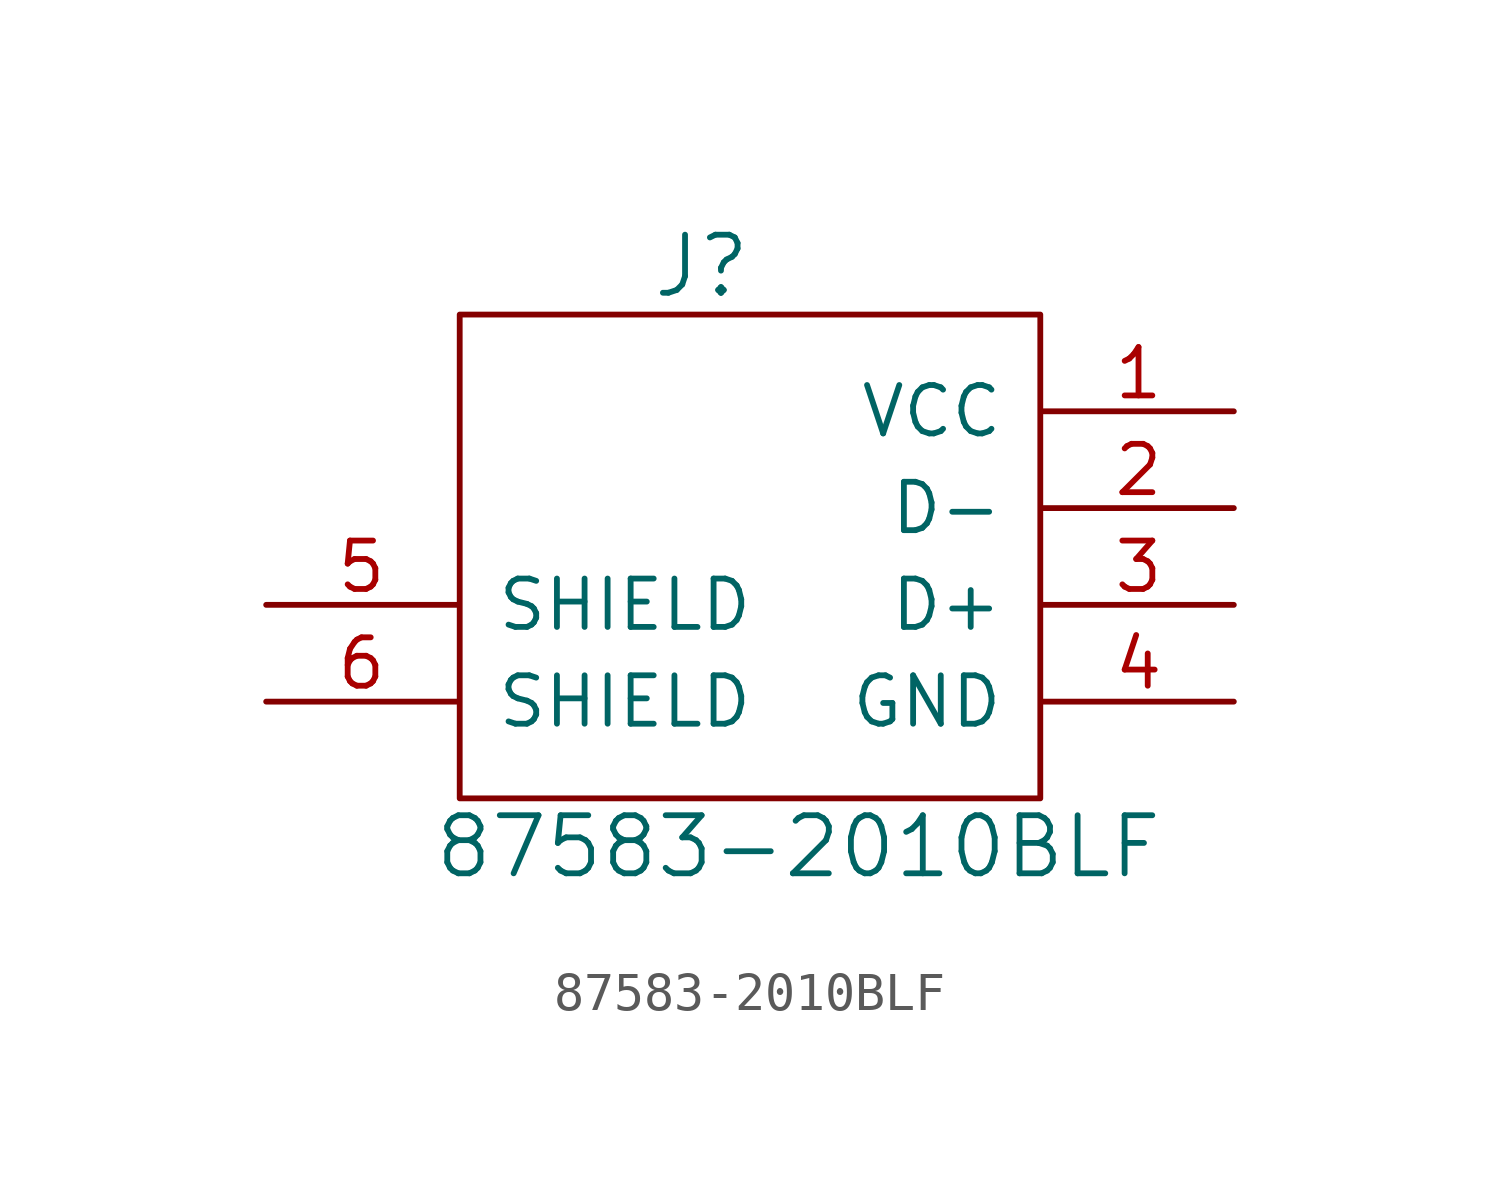
<source format=kicad_sym>
(kicad_symbol_lib
  (version 20220914)
  (generator kicad_symbol_editor)
  (symbol "87583-2010BLF"
    (pin_names
      (offset 1.016))
    (property "Reference" "J"
      (at 6.35 13.97 0)
      (effects (font (size 1.524 1.524))))
    (property "Value" "87583-2010BLF"
      (at 8.89 -1.27 0)
      (effects (font (size 1.524 1.524))))
    (property "Datasheet" ""
      (at 2.54 5.08 0)
      (effects (font (size 1.524 1.524))))
    (symbol "87583-2010BLF_0_1"
      (rectangle (start 15.24 12.7) (end 0 0) (stroke (width 0) (type solid)) (fill (type none))))
    (symbol "87583-2010BLF_1_1"
      (pin power_in line (at 20.32 10.16 180) (length 5.004) (name "VCC" (effects (font (size 1.27 1.27)))) (number "1" (effects (font (size 1.27 1.27)))))
      (pin bidirectional line (at 20.32 7.62 180) (length 5.004) (name "D-" (effects (font (size 1.27 1.27)))) (number "2" (effects (font (size 1.27 1.27)))))
      (pin bidirectional line (at 20.32 5.08 180) (length 5.004) (name "D+" (effects (font (size 1.27 1.27)))) (number "3" (effects (font (size 1.27 1.27)))))
      (pin power_in line (at 20.32 2.54 180) (length 5.004) (name "GND" (effects (font (size 1.27 1.27)))) (number "4" (effects (font (size 1.27 1.27)))))
      (pin power_in line (at -5.08 5.08 0) (length 5.004) (name "SHIELD" (effects (font (size 1.27 1.27)))) (number "5" (effects (font (size 1.27 1.27)))))
      (pin bidirectional line (at -5.08 2.54 0) (length 5.004) (name "SHIELD" (effects (font (size 1.27 1.27)))) (number "6" (effects (font (size 1.27 1.27))))))))
</source>
